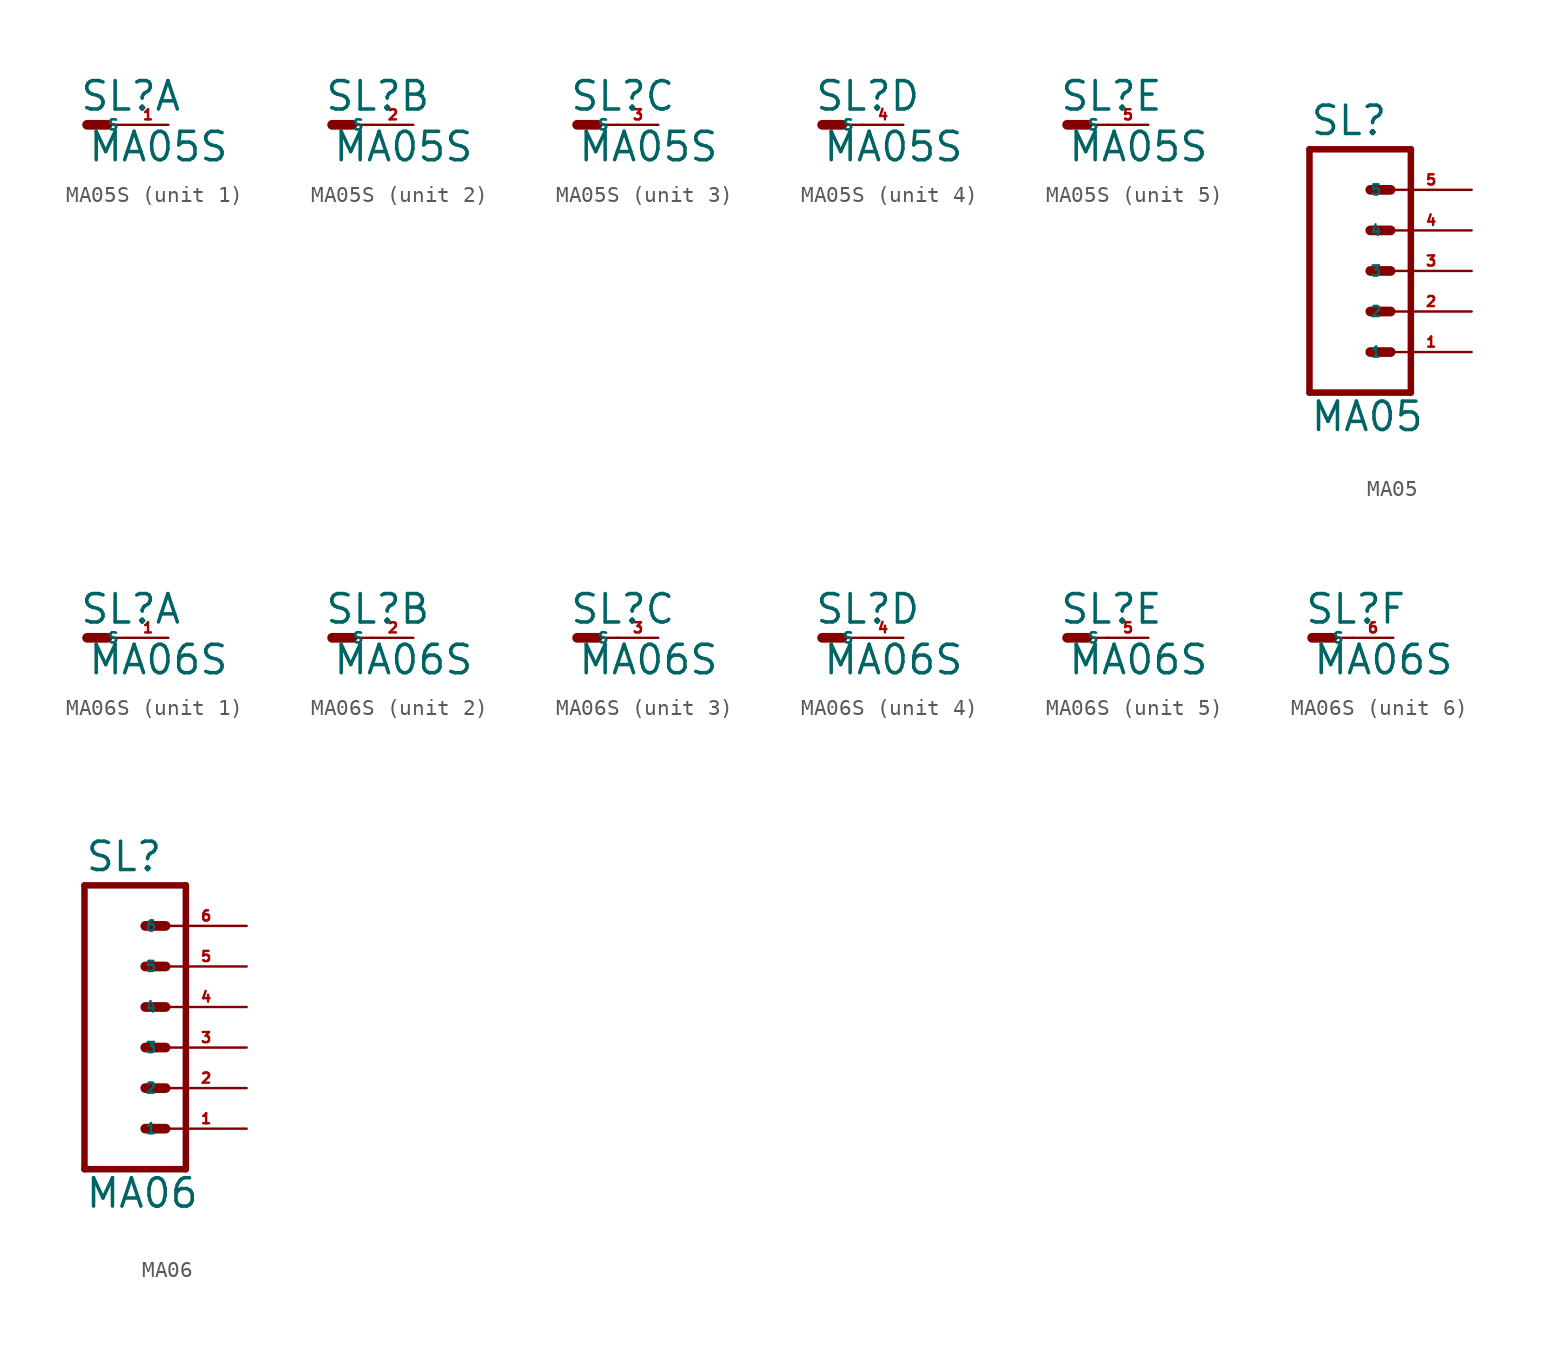
<source format=kicad_sym>
(kicad_symbol_lib
  (version 20220914)
  (generator Eagle2Kicad)
  (symbol "MA05S"
    (property "Reference" "SL"
      (at -0.508 0.762 0)
      (effects (font (size 1.778 1.778) (thickness 0.22)) (justify left bottom)))
    (property "Value" "MA05S"
      (at 0 -2.413 0)
      (effects (font (size 1.778 1.778) (thickness 0.22)) (justify left bottom)))
    (symbol "MA05S_1_0"
      (polyline (pts (xy 0 0) (xy 1.27 0)) (stroke (width 0.61) (type default)) (fill (type none)))
      (polyline (pts (xy 1.27 0) (xy 2.54 0)) (stroke (width 0.152) (type default)) (fill (type none)))
      (pin passive line (at 5.08 0 180) (length 2.54) (name "S" (effects (font (size 0.635 0.635) (thickness 0.08)) (justify left bottom))) (number "1" (effects (font (size 0.635 0.635) (thickness 0.08)) (justify left bottom)))))
    (symbol "MA05S_2_0"
      (polyline (pts (xy 0 0) (xy 1.27 0)) (stroke (width 0.61) (type default)) (fill (type none)))
      (polyline (pts (xy 1.27 0) (xy 2.54 0)) (stroke (width 0.152) (type default)) (fill (type none)))
      (pin passive line (at 5.08 0 180) (length 2.54) (name "S" (effects (font (size 0.635 0.635) (thickness 0.08)) (justify left bottom))) (number "2" (effects (font (size 0.635 0.635) (thickness 0.08)) (justify left bottom)))))
    (symbol "MA05S_3_0"
      (polyline (pts (xy 0 0) (xy 1.27 0)) (stroke (width 0.61) (type default)) (fill (type none)))
      (polyline (pts (xy 1.27 0) (xy 2.54 0)) (stroke (width 0.152) (type default)) (fill (type none)))
      (pin passive line (at 5.08 0 180) (length 2.54) (name "S" (effects (font (size 0.635 0.635) (thickness 0.08)) (justify left bottom))) (number "3" (effects (font (size 0.635 0.635) (thickness 0.08)) (justify left bottom)))))
    (symbol "MA05S_4_0"
      (polyline (pts (xy 0 0) (xy 1.27 0)) (stroke (width 0.61) (type default)) (fill (type none)))
      (polyline (pts (xy 1.27 0) (xy 2.54 0)) (stroke (width 0.152) (type default)) (fill (type none)))
      (pin passive line (at 5.08 0 180) (length 2.54) (name "S" (effects (font (size 0.635 0.635) (thickness 0.08)) (justify left bottom))) (number "4" (effects (font (size 0.635 0.635) (thickness 0.08)) (justify left bottom)))))
    (symbol "MA05S_5_0"
      (polyline (pts (xy 0 0) (xy 1.27 0)) (stroke (width 0.61) (type default)) (fill (type none)))
      (polyline (pts (xy 1.27 0) (xy 2.54 0)) (stroke (width 0.152) (type default)) (fill (type none)))
      (pin passive line (at 5.08 0 180) (length 2.54) (name "S" (effects (font (size 0.635 0.635) (thickness 0.08)) (justify left bottom))) (number "5" (effects (font (size 0.635 0.635) (thickness 0.08)) (justify left bottom))))))
  (symbol "MA05"
    (property "Reference" "SL"
      (at -2.54 8.382 0)
      (effects (font (size 1.778 1.778) (thickness 0.22)) (justify left bottom)))
    (property "Value" "MA05"
      (at -2.54 -10.16 0)
      (effects (font (size 1.778 1.778) (thickness 0.22)) (justify left bottom)))
    (polyline
      (pts (xy 3.81 -7.62) (xy -2.54 -7.62))
      (stroke (width 0.406) (type default))
      (fill (type none)))
    (polyline
      (pts (xy 1.27 0) (xy 2.54 0))
      (stroke (width 0.61) (type default))
      (fill (type none)))
    (polyline
      (pts (xy 1.27 -2.54) (xy 2.54 -2.54))
      (stroke (width 0.61) (type default))
      (fill (type none)))
    (polyline
      (pts (xy 1.27 -5.08) (xy 2.54 -5.08))
      (stroke (width 0.61) (type default))
      (fill (type none)))
    (polyline
      (pts (xy -2.54 7.62) (xy -2.54 -7.62))
      (stroke (width 0.406) (type default))
      (fill (type none)))
    (polyline
      (pts (xy 3.81 -7.62) (xy 3.81 7.62))
      (stroke (width 0.406) (type default))
      (fill (type none)))
    (polyline
      (pts (xy -2.54 7.62) (xy 3.81 7.62))
      (stroke (width 0.406) (type default))
      (fill (type none)))
    (polyline
      (pts (xy 1.27 5.08) (xy 2.54 5.08))
      (stroke (width 0.61) (type default))
      (fill (type none)))
    (polyline
      (pts (xy 1.27 2.54) (xy 2.54 2.54))
      (stroke (width 0.61) (type default))
      (fill (type none)))
    (pin passive line
      (at 7.62 -5.08 180)
      (length 5.08)
      (name "1" (effects (font (size 0.635 0.635) (thickness 0.08)) (justify left bottom)))
      (number "1" (effects (font (size 0.635 0.635) (thickness 0.08)) (justify left bottom))))
    (pin passive line
      (at 7.62 -2.54 180)
      (length 5.08)
      (name "2" (effects (font (size 0.635 0.635) (thickness 0.08)) (justify left bottom)))
      (number "2" (effects (font (size 0.635 0.635) (thickness 0.08)) (justify left bottom))))
    (pin passive line
      (at 7.62 0 180)
      (length 5.08)
      (name "3" (effects (font (size 0.635 0.635) (thickness 0.08)) (justify left bottom)))
      (number "3" (effects (font (size 0.635 0.635) (thickness 0.08)) (justify left bottom))))
    (pin passive line
      (at 7.62 2.54 180)
      (length 5.08)
      (name "4" (effects (font (size 0.635 0.635) (thickness 0.08)) (justify left bottom)))
      (number "4" (effects (font (size 0.635 0.635) (thickness 0.08)) (justify left bottom))))
    (pin passive line
      (at 7.62 5.08 180)
      (length 5.08)
      (name "5" (effects (font (size 0.635 0.635) (thickness 0.08)) (justify left bottom)))
      (number "5" (effects (font (size 0.635 0.635) (thickness 0.08)) (justify left bottom)))))
  (symbol "MA06S"
    (property "Reference" "SL"
      (at -0.508 0.762 0)
      (effects (font (size 1.778 1.778) (thickness 0.22)) (justify left bottom)))
    (property "Value" "MA06S"
      (at 0 -2.413 0)
      (effects (font (size 1.778 1.778) (thickness 0.22)) (justify left bottom)))
    (symbol "MA06S_1_0"
      (polyline (pts (xy 0 0) (xy 1.27 0)) (stroke (width 0.61) (type default)) (fill (type none)))
      (polyline (pts (xy 1.27 0) (xy 2.54 0)) (stroke (width 0.152) (type default)) (fill (type none)))
      (pin passive line (at 5.08 0 180) (length 2.54) (name "S" (effects (font (size 0.635 0.635) (thickness 0.08)) (justify left bottom))) (number "1" (effects (font (size 0.635 0.635) (thickness 0.08)) (justify left bottom)))))
    (symbol "MA06S_2_0"
      (polyline (pts (xy 0 0) (xy 1.27 0)) (stroke (width 0.61) (type default)) (fill (type none)))
      (polyline (pts (xy 1.27 0) (xy 2.54 0)) (stroke (width 0.152) (type default)) (fill (type none)))
      (pin passive line (at 5.08 0 180) (length 2.54) (name "S" (effects (font (size 0.635 0.635) (thickness 0.08)) (justify left bottom))) (number "2" (effects (font (size 0.635 0.635) (thickness 0.08)) (justify left bottom)))))
    (symbol "MA06S_3_0"
      (polyline (pts (xy 0 0) (xy 1.27 0)) (stroke (width 0.61) (type default)) (fill (type none)))
      (polyline (pts (xy 1.27 0) (xy 2.54 0)) (stroke (width 0.152) (type default)) (fill (type none)))
      (pin passive line (at 5.08 0 180) (length 2.54) (name "S" (effects (font (size 0.635 0.635) (thickness 0.08)) (justify left bottom))) (number "3" (effects (font (size 0.635 0.635) (thickness 0.08)) (justify left bottom)))))
    (symbol "MA06S_4_0"
      (polyline (pts (xy 0 0) (xy 1.27 0)) (stroke (width 0.61) (type default)) (fill (type none)))
      (polyline (pts (xy 1.27 0) (xy 2.54 0)) (stroke (width 0.152) (type default)) (fill (type none)))
      (pin passive line (at 5.08 0 180) (length 2.54) (name "S" (effects (font (size 0.635 0.635) (thickness 0.08)) (justify left bottom))) (number "4" (effects (font (size 0.635 0.635) (thickness 0.08)) (justify left bottom)))))
    (symbol "MA06S_5_0"
      (polyline (pts (xy 0 0) (xy 1.27 0)) (stroke (width 0.61) (type default)) (fill (type none)))
      (polyline (pts (xy 1.27 0) (xy 2.54 0)) (stroke (width 0.152) (type default)) (fill (type none)))
      (pin passive line (at 5.08 0 180) (length 2.54) (name "S" (effects (font (size 0.635 0.635) (thickness 0.08)) (justify left bottom))) (number "5" (effects (font (size 0.635 0.635) (thickness 0.08)) (justify left bottom)))))
    (symbol "MA06S_6_0"
      (polyline (pts (xy 0 0) (xy 1.27 0)) (stroke (width 0.61) (type default)) (fill (type none)))
      (polyline (pts (xy 1.27 0) (xy 2.54 0)) (stroke (width 0.152) (type default)) (fill (type none)))
      (pin passive line (at 5.08 0 180) (length 2.54) (name "S" (effects (font (size 0.635 0.635) (thickness 0.08)) (justify left bottom))) (number "6" (effects (font (size 0.635 0.635) (thickness 0.08)) (justify left bottom))))))
  (symbol "MA06"
    (property "Reference" "SL"
      (at -5.08 10.922 0)
      (effects (font (size 1.778 1.778) (thickness 0.22)) (justify left bottom)))
    (property "Value" "MA06"
      (at -5.08 -10.16 0)
      (effects (font (size 1.778 1.778) (thickness 0.22)) (justify left bottom)))
    (polyline
      (pts (xy 1.27 -7.62) (xy -5.08 -7.62))
      (stroke (width 0.406) (type default))
      (fill (type none)))
    (polyline
      (pts (xy -1.27 0) (xy 0 0))
      (stroke (width 0.61) (type default))
      (fill (type none)))
    (polyline
      (pts (xy -1.27 -2.54) (xy 0 -2.54))
      (stroke (width 0.61) (type default))
      (fill (type none)))
    (polyline
      (pts (xy -1.27 -5.08) (xy 0 -5.08))
      (stroke (width 0.61) (type default))
      (fill (type none)))
    (polyline
      (pts (xy -5.08 10.16) (xy -5.08 -7.62))
      (stroke (width 0.406) (type default))
      (fill (type none)))
    (polyline
      (pts (xy 1.27 -7.62) (xy 1.27 10.16))
      (stroke (width 0.406) (type default))
      (fill (type none)))
    (polyline
      (pts (xy -5.08 10.16) (xy 1.27 10.16))
      (stroke (width 0.406) (type default))
      (fill (type none)))
    (polyline
      (pts (xy -1.27 5.08) (xy 0 5.08))
      (stroke (width 0.61) (type default))
      (fill (type none)))
    (polyline
      (pts (xy -1.27 2.54) (xy 0 2.54))
      (stroke (width 0.61) (type default))
      (fill (type none)))
    (polyline
      (pts (xy -1.27 7.62) (xy 0 7.62))
      (stroke (width 0.61) (type default))
      (fill (type none)))
    (pin passive line
      (at 5.08 -5.08 180)
      (length 5.08)
      (name "1" (effects (font (size 0.635 0.635) (thickness 0.08)) (justify left bottom)))
      (number "1" (effects (font (size 0.635 0.635) (thickness 0.08)) (justify left bottom))))
    (pin passive line
      (at 5.08 -2.54 180)
      (length 5.08)
      (name "2" (effects (font (size 0.635 0.635) (thickness 0.08)) (justify left bottom)))
      (number "2" (effects (font (size 0.635 0.635) (thickness 0.08)) (justify left bottom))))
    (pin passive line
      (at 5.08 0 180)
      (length 5.08)
      (name "3" (effects (font (size 0.635 0.635) (thickness 0.08)) (justify left bottom)))
      (number "3" (effects (font (size 0.635 0.635) (thickness 0.08)) (justify left bottom))))
    (pin passive line
      (at 5.08 2.54 180)
      (length 5.08)
      (name "4" (effects (font (size 0.635 0.635) (thickness 0.08)) (justify left bottom)))
      (number "4" (effects (font (size 0.635 0.635) (thickness 0.08)) (justify left bottom))))
    (pin passive line
      (at 5.08 5.08 180)
      (length 5.08)
      (name "5" (effects (font (size 0.635 0.635) (thickness 0.08)) (justify left bottom)))
      (number "5" (effects (font (size 0.635 0.635) (thickness 0.08)) (justify left bottom))))
    (pin passive line
      (at 5.08 7.62 180)
      (length 5.08)
      (name "6" (effects (font (size 0.635 0.635) (thickness 0.08)) (justify left bottom)))
      (number "6" (effects (font (size 0.635 0.635) (thickness 0.08)) (justify left bottom))))))
</source>
